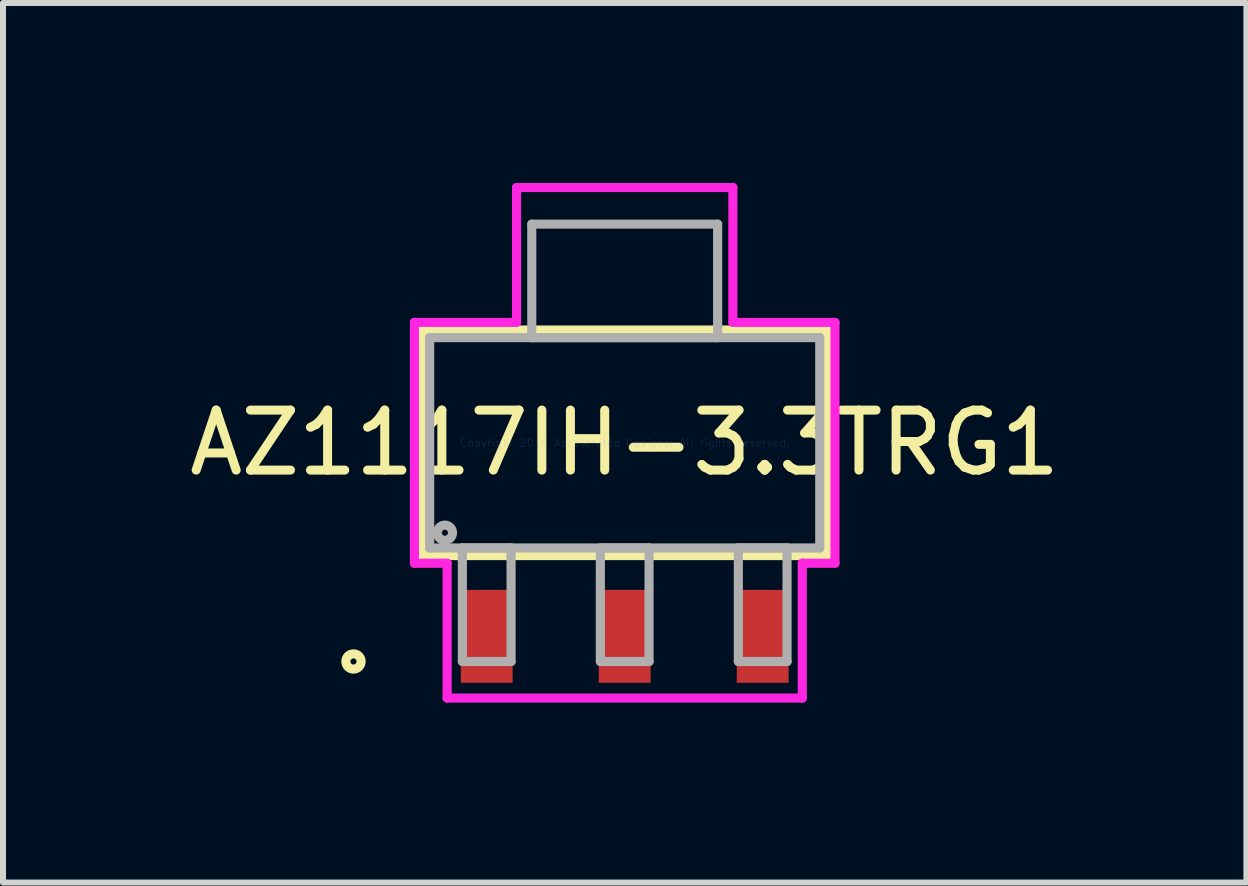
<source format=kicad_pcb>
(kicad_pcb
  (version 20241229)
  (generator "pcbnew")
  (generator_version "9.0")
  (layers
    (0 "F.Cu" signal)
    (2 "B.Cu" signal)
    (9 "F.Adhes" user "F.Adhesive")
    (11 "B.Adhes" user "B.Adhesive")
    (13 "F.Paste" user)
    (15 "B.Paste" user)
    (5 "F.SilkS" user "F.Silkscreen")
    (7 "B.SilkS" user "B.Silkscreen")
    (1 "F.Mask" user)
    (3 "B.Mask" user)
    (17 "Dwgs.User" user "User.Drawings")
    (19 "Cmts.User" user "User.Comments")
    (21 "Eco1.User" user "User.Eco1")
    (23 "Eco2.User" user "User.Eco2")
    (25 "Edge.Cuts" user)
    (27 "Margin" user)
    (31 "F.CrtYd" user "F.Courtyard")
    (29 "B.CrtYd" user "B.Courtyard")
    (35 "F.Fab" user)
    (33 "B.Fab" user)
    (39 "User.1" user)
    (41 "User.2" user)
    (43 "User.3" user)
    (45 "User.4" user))
  (footprint "AZ1117IH-3.3TRG1"
    (layer "F.Cu")
    (at 7.363 4.331)
    (property "Reference" "AZ1117IH-3.3TRG1" (at 0 0 0) (layer "F.SilkS") (effects (font (size 1 1) (thickness 0.15))))
    (attr through_hole)
    (fp_line (start -3.378 -1.88) (end -3.378 1.88) (stroke (width 0.152) (type solid)) (layer "F.SilkS"))
    (fp_line (start -3.378 1.88) (end 3.378 1.88) (stroke (width 0.152) (type solid)) (layer "F.SilkS"))
    (fp_line (start 3.378 -1.88) (end -3.378 -1.88) (stroke (width 0.152) (type solid)) (layer "F.SilkS"))
    (fp_line (start 3.378 1.88) (end 3.378 -1.88) (stroke (width 0.152) (type solid)) (layer "F.SilkS"))
    (fp_circle (center -4.521 3.645) (end -4.394 3.645) (stroke (width 0.152) (type solid)) (fill no) (layer "F.SilkS"))
    (fp_line (start -3.505 -2.007) (end -1.803 -2.007) (stroke (width 0.152) (type solid)) (layer "F.CrtYd"))
    (fp_line (start -3.505 2.007) (end -3.505 -2.007) (stroke (width 0.152) (type solid)) (layer "F.CrtYd"))
    (fp_line (start -2.96 2.007) (end -3.505 2.007) (stroke (width 0.152) (type solid)) (layer "F.CrtYd"))
    (fp_line (start -2.96 4.255) (end -2.96 2.007) (stroke (width 0.152) (type solid)) (layer "F.CrtYd"))
    (fp_line (start -1.803 -4.255) (end 1.803 -4.255) (stroke (width 0.152) (type solid)) (layer "F.CrtYd"))
    (fp_line (start -1.803 -2.007) (end -1.803 -4.255) (stroke (width 0.152) (type solid)) (layer "F.CrtYd"))
    (fp_line (start 1.803 -4.255) (end 1.803 -2.007) (stroke (width 0.152) (type solid)) (layer "F.CrtYd"))
    (fp_line (start 1.803 -2.007) (end 3.505 -2.007) (stroke (width 0.152) (type solid)) (layer "F.CrtYd"))
    (fp_line (start 2.96 2.007) (end 2.96 4.255) (stroke (width 0.152) (type solid)) (layer "F.CrtYd"))
    (fp_line (start 2.96 4.255) (end -2.96 4.255) (stroke (width 0.152) (type solid)) (layer "F.CrtYd"))
    (fp_line (start 3.505 -2.007) (end 3.505 2.007) (stroke (width 0.152) (type solid)) (layer "F.CrtYd"))
    (fp_line (start 3.505 2.007) (end 2.96 2.007) (stroke (width 0.152) (type solid)) (layer "F.CrtYd"))
    (fp_line (start -3.251 -1.753) (end -3.251 1.753) (stroke (width 0.152) (type solid)) (layer "F.Fab"))
    (fp_line (start -3.251 1.753) (end 3.251 1.753) (stroke (width 0.152) (type solid)) (layer "F.Fab"))
    (fp_line (start -2.706 1.753) (end -2.706 3.645) (stroke (width 0.152) (type solid)) (layer "F.Fab"))
    (fp_line (start -2.706 3.645) (end -1.894 3.645) (stroke (width 0.152) (type solid)) (layer "F.Fab"))
    (fp_line (start -1.894 1.753) (end -2.706 1.753) (stroke (width 0.152) (type solid)) (layer "F.Fab"))
    (fp_line (start -1.894 3.645) (end -1.894 1.753) (stroke (width 0.152) (type solid)) (layer "F.Fab"))
    (fp_line (start -1.549 -3.645) (end -1.549 -1.753) (stroke (width 0.152) (type solid)) (layer "F.Fab"))
    (fp_line (start -1.549 -1.753) (end 1.549 -1.753) (stroke (width 0.152) (type solid)) (layer "F.Fab"))
    (fp_line (start -0.406 1.753) (end -0.406 3.645) (stroke (width 0.152) (type solid)) (layer "F.Fab"))
    (fp_line (start -0.406 3.645) (end 0.406 3.645) (stroke (width 0.152) (type solid)) (layer "F.Fab"))
    (fp_line (start 0.406 1.753) (end -0.406 1.753) (stroke (width 0.152) (type solid)) (layer "F.Fab"))
    (fp_line (start 0.406 3.645) (end 0.406 1.753) (stroke (width 0.152) (type solid)) (layer "F.Fab"))
    (fp_line (start 1.549 -3.645) (end -1.549 -3.645) (stroke (width 0.152) (type solid)) (layer "F.Fab"))
    (fp_line (start 1.549 -1.753) (end 1.549 -3.645) (stroke (width 0.152) (type solid)) (layer "F.Fab"))
    (fp_line (start 1.894 1.753) (end 1.894 3.645) (stroke (width 0.152) (type solid)) (layer "F.Fab"))
    (fp_line (start 1.894 3.645) (end 2.706 3.645) (stroke (width 0.152) (type solid)) (layer "F.Fab"))
    (fp_line (start 2.706 1.753) (end 1.894 1.753) (stroke (width 0.152) (type solid)) (layer "F.Fab"))
    (fp_line (start 2.706 3.645) (end 2.706 1.753) (stroke (width 0.152) (type solid)) (layer "F.Fab"))
    (fp_line (start 3.251 -1.753) (end -3.251 -1.753) (stroke (width 0.152) (type solid)) (layer "F.Fab"))
    (fp_line (start 3.251 1.753) (end 3.251 -1.753) (stroke (width 0.152) (type solid)) (layer "F.Fab"))
    (fp_circle (center -2.997 1.499) (end -2.87 1.499) (stroke (width 0.152) (type solid)) (fill no) (layer "F.Fab"))
    (fp_text user "Copyright 2016 Accelerated Designs. All rights reserved." (at 0 0 0) (layer "Cmts.User") (effects (font (size 0.127 0.127) (thickness 0.002))))
    (pad "1" smd rect (at -2.3 3.226) (size 0.864 1.549) (layers "F.Cu" "F.Mask" "F.Paste"))
    (pad "2" smd rect (at 0 3.226) (size 0.864 1.549) (layers "F.Cu" "F.Mask" "F.Paste"))
    (pad "3" smd rect (at 2.3 3.226) (size 0.864 1.549) (layers "F.Cu" "F.Mask" "F.Paste")))
  (gr_rect
    (start -3 -3)
    (end 17.726 11.661)
    (stroke (width 0.1) (type default))
    (fill no)
    (layer "Edge.Cuts")))
</source>
